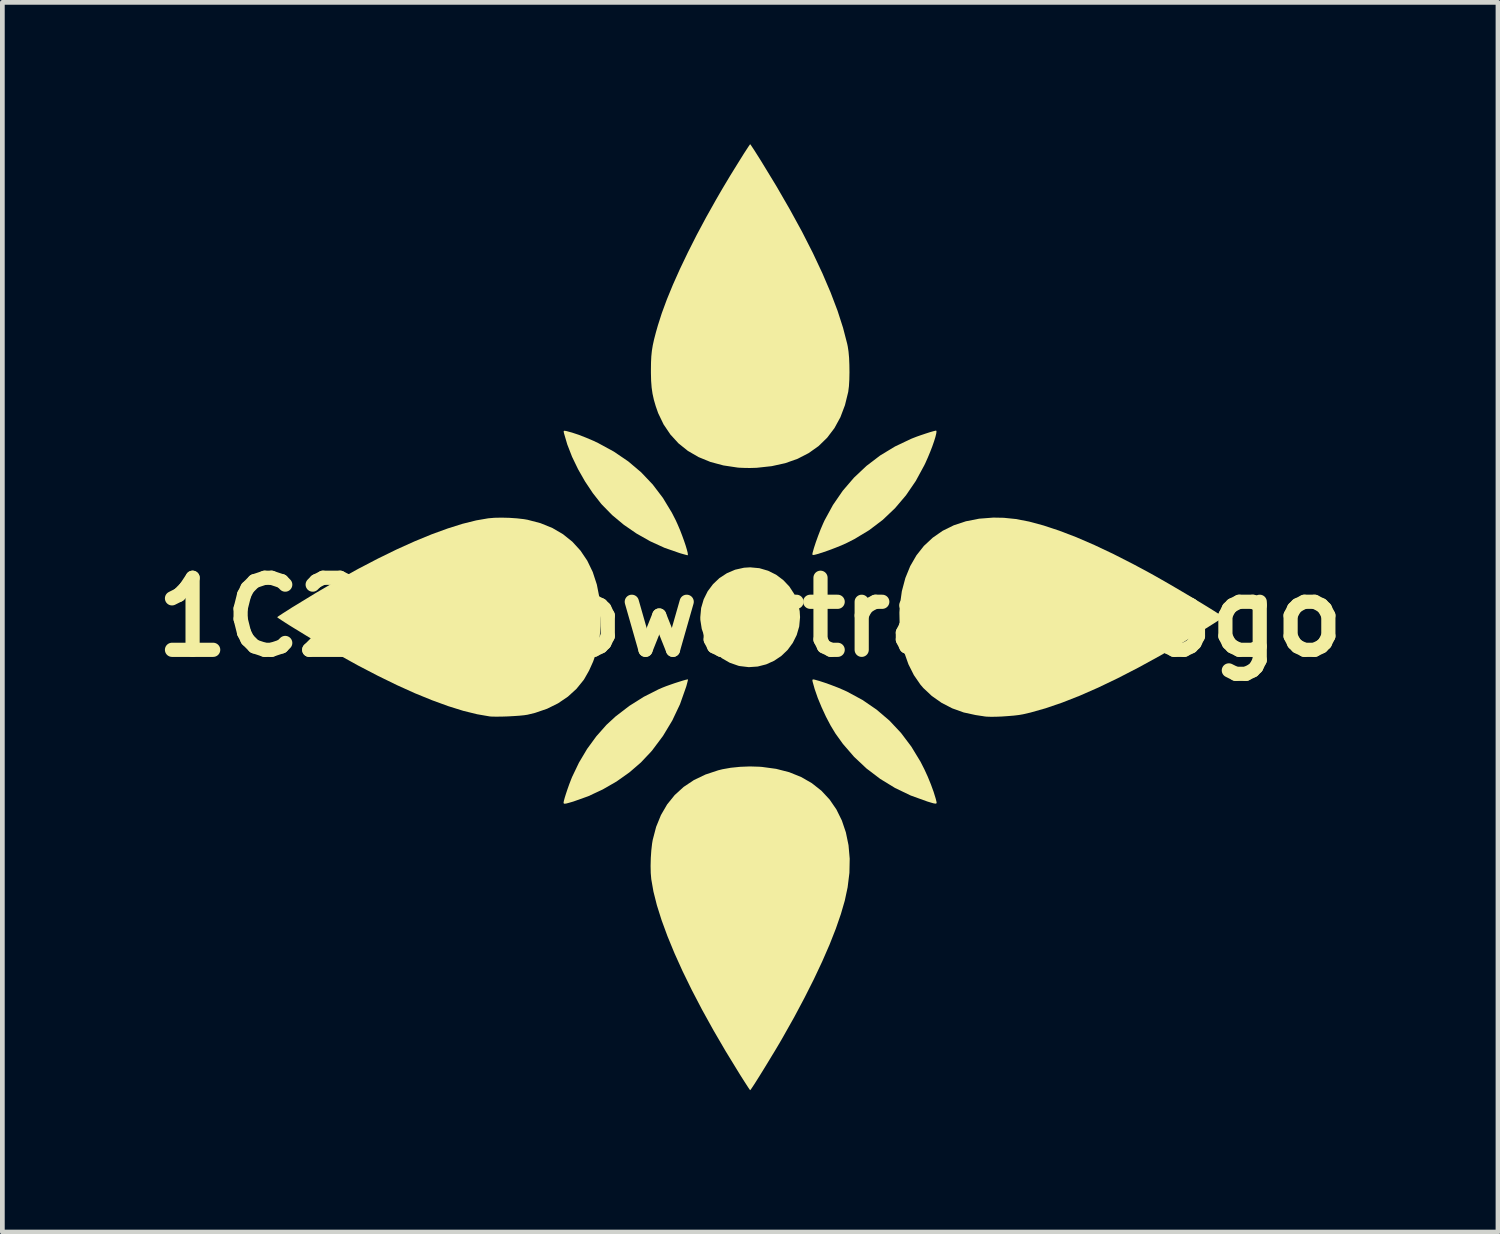
<source format=kicad_pcb>
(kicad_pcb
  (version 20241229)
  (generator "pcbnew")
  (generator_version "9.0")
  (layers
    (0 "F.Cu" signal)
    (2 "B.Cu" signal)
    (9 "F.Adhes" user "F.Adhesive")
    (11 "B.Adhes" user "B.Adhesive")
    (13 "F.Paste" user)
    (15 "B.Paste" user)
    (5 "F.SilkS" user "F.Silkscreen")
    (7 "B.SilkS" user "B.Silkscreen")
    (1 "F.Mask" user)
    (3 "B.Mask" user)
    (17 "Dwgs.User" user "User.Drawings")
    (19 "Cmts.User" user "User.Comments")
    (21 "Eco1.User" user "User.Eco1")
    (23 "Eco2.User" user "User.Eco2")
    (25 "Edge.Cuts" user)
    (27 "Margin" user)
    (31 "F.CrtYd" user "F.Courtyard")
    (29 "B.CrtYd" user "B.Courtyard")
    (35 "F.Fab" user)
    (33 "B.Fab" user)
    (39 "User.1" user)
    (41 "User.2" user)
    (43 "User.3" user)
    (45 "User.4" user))
  (footprint "1C23_powertrain_logo"
    (layer "F.Cu")
    (at 12.816 10.004)
    (property "Reference" "1C23_powertrain_logo" (at 0 0 0) (layer "F.SilkS") (effects (font (size 1.524 1.524) (thickness 0.3))))
    (attr board_only exclude_from_pos_files exclude_from_bom)
    (fp_poly (pts (xy 0.195 -1.037) (xy 0.379 -0.983) (xy 0.548 -0.899) (xy 0.699 -0.786) (xy 0.828 -0.65) (xy 0.931 -0.492) (xy 1.005 -0.318) (xy 1.047 -0.13) (xy 1.055 0) (xy 1.037 0.195) (xy 0.984 0.377) (xy 0.901 0.543) (xy 0.792 0.692) (xy 0.659 0.819) (xy 0.507 0.921) (xy 0.339 0.997) (xy 0.159 1.043) (xy -0.029 1.056) (xy -0.222 1.033) (xy -0.249 1.027) (xy -0.432 0.963) (xy -0.599 0.867) (xy -0.745 0.743) (xy -0.866 0.596) (xy -0.961 0.429) (xy -1.024 0.248) (xy -1.054 0.056) (xy -1.055 0) (xy -1.037 -0.195) (xy -0.983 -0.379) (xy -0.899 -0.548) (xy -0.786 -0.699) (xy -0.65 -0.828) (xy -0.492 -0.931) (xy -0.318 -1.005) (xy -0.13 -1.047) (xy 0 -1.055)) (stroke (width 0) (type solid)) (fill yes) (layer "F.SilkS"))
    (fp_poly (pts (xy 1.362 1.32) (xy 1.462 1.348) (xy 1.585 1.388) (xy 1.721 1.437) (xy 1.859 1.49) (xy 1.987 1.545) (xy 2.048 1.573) (xy 2.375 1.75) (xy 2.673 1.954) (xy 2.945 2.186) (xy 3.19 2.447) (xy 3.408 2.736) (xy 3.602 3.055) (xy 3.683 3.214) (xy 3.755 3.371) (xy 3.822 3.535) (xy 3.88 3.694) (xy 3.924 3.837) (xy 3.938 3.893) (xy 3.944 3.922) (xy 3.938 3.939) (xy 3.917 3.943) (xy 3.873 3.935) (xy 3.801 3.914) (xy 3.748 3.898) (xy 3.396 3.771) (xy 3.063 3.611) (xy 2.751 3.42) (xy 2.461 3.2) (xy 2.197 2.952) (xy 1.961 2.679) (xy 1.803 2.459) (xy 1.702 2.292) (xy 1.603 2.104) (xy 1.511 1.905) (xy 1.429 1.707) (xy 1.364 1.519) (xy 1.32 1.362) (xy 1.315 1.325) (xy 1.33 1.315)) (stroke (width 0) (type solid)) (fill yes) (layer "F.SilkS"))
    (fp_poly (pts (xy -3.896 -3.939) (xy -3.886 -3.937) (xy -3.768 -3.905) (xy -3.626 -3.858) (xy -3.47 -3.797) (xy -3.31 -3.729) (xy -3.214 -3.683) (xy -2.882 -3.502) (xy -2.579 -3.296) (xy -2.306 -3.065) (xy -2.062 -2.808) (xy -1.846 -2.524) (xy -1.657 -2.212) (xy -1.573 -2.048) (xy -1.528 -1.948) (xy -1.482 -1.84) (xy -1.439 -1.728) (xy -1.399 -1.618) (xy -1.365 -1.517) (xy -1.339 -1.43) (xy -1.322 -1.363) (xy -1.317 -1.321) (xy -1.323 -1.31) (xy -1.348 -1.316) (xy -1.4 -1.33) (xy -1.471 -1.35) (xy -1.502 -1.36) (xy -1.812 -1.468) (xy -2.114 -1.606) (xy -2.404 -1.77) (xy -2.674 -1.956) (xy -2.92 -2.161) (xy -3.134 -2.38) (xy -3.152 -2.4) (xy -3.329 -2.626) (xy -3.493 -2.872) (xy -3.64 -3.13) (xy -3.767 -3.393) (xy -3.868 -3.653) (xy -3.939 -3.895) (xy -3.945 -3.932) (xy -3.934 -3.944)) (stroke (width 0) (type solid)) (fill yes) (layer "F.SilkS"))
    (fp_poly (pts (xy -1.316 1.315) (xy -1.318 1.336) (xy -1.33 1.384) (xy -1.348 1.452) (xy -1.356 1.477) (xy -1.484 1.84) (xy -1.647 2.184) (xy -1.844 2.511) (xy -2.076 2.821) (xy -2.099 2.847) (xy -2.312 3.073) (xy -2.556 3.283) (xy -2.827 3.475) (xy -3.119 3.643) (xy -3.425 3.786) (xy -3.736 3.897) (xy -3.828 3.924) (xy -3.888 3.94) (xy -3.925 3.945) (xy -3.942 3.939) (xy -3.947 3.925) (xy -3.947 3.923) (xy -3.94 3.884) (xy -3.922 3.817) (xy -3.895 3.731) (xy -3.862 3.632) (xy -3.826 3.531) (xy -3.789 3.435) (xy -3.767 3.38) (xy -3.621 3.075) (xy -3.449 2.786) (xy -3.254 2.519) (xy -3.041 2.278) (xy -2.847 2.099) (xy -2.558 1.877) (xy -2.252 1.684) (xy -1.936 1.524) (xy -1.85 1.487) (xy -1.776 1.458) (xy -1.689 1.427) (xy -1.597 1.395) (xy -1.506 1.366) (xy -1.426 1.341) (xy -1.362 1.323) (xy -1.324 1.315)) (stroke (width 0) (type solid)) (fill yes) (layer "F.SilkS"))
    (fp_poly (pts (xy 3.941 -3.93) (xy 3.935 -3.883) (xy 3.917 -3.81) (xy 3.889 -3.719) (xy 3.852 -3.613) (xy 3.808 -3.499) (xy 3.759 -3.381) (xy 3.708 -3.266) (xy 3.683 -3.214) (xy 3.502 -2.881) (xy 3.295 -2.578) (xy 3.063 -2.305) (xy 2.804 -2.059) (xy 2.518 -1.842) (xy 2.205 -1.653) (xy 2.048 -1.573) (xy 1.931 -1.52) (xy 1.797 -1.466) (xy 1.659 -1.414) (xy 1.527 -1.368) (xy 1.413 -1.333) (xy 1.362 -1.32) (xy 1.325 -1.315) (xy 1.315 -1.33) (xy 1.32 -1.362) (xy 1.348 -1.462) (xy 1.388 -1.585) (xy 1.437 -1.721) (xy 1.49 -1.859) (xy 1.545 -1.987) (xy 1.573 -2.048) (xy 1.751 -2.374) (xy 1.958 -2.675) (xy 2.195 -2.951) (xy 2.458 -3.199) (xy 2.748 -3.42) (xy 3.063 -3.611) (xy 3.402 -3.772) (xy 3.449 -3.791) (xy 3.527 -3.821) (xy 3.618 -3.853) (xy 3.711 -3.884) (xy 3.798 -3.912) (xy 3.871 -3.933) (xy 3.92 -3.945) (xy 3.933 -3.947)) (stroke (width 0) (type solid)) (fill yes) (layer "F.SilkS"))
    (fp_poly (pts (xy -5.094 -2.102) (xy -4.932 -2.091) (xy -4.784 -2.074) (xy -4.709 -2.061) (xy -4.434 -1.989) (xy -4.183 -1.887) (xy -3.959 -1.756) (xy -3.761 -1.597) (xy -3.59 -1.41) (xy -3.446 -1.197) (xy -3.33 -0.957) (xy -3.243 -0.691) (xy -3.186 -0.401) (xy -3.166 -0.223) (xy -3.158 -0.024) (xy -3.163 0.188) (xy -3.181 0.396) (xy -3.205 0.553) (xy -3.252 0.742) (xy -3.322 0.939) (xy -3.408 1.13) (xy -3.504 1.299) (xy -3.523 1.329) (xy -3.674 1.515) (xy -3.855 1.68) (xy -4.063 1.821) (xy -4.295 1.936) (xy -4.549 2.023) (xy -4.709 2.062) (xy -4.782 2.073) (xy -4.883 2.083) (xy -5.001 2.091) (xy -5.128 2.098) (xy -5.253 2.102) (xy -5.366 2.103) (xy -5.459 2.102) (xy -5.51 2.098) (xy -5.775 2.052) (xy -6.068 1.98) (xy -6.385 1.881) (xy -6.725 1.757) (xy -7.088 1.609) (xy -7.471 1.436) (xy -7.874 1.239) (xy -8.295 1.02) (xy -8.732 0.778) (xy -9.184 0.515) (xy -9.637 0.238) (xy -9.744 0.172) (xy -9.838 0.112) (xy -9.915 0.062) (xy -9.971 0.025) (xy -10 0.003) (xy -10.004 0) (xy -9.988 -0.013) (xy -9.944 -0.043) (xy -9.875 -0.088) (xy -9.788 -0.143) (xy -9.687 -0.208) (xy -9.637 -0.238) (xy -9.175 -0.52) (xy -8.727 -0.781) (xy -8.293 -1.021) (xy -7.875 -1.239) (xy -7.476 -1.434) (xy -7.095 -1.606) (xy -6.735 -1.754) (xy -6.397 -1.877) (xy -6.083 -1.976) (xy -5.794 -2.048) (xy -5.539 -2.092) (xy -5.411 -2.103) (xy -5.259 -2.106)) (stroke (width 0) (type solid)) (fill yes) (layer "F.SilkS"))
    (fp_poly (pts (xy 0.194 3.162) (xy 0.249 3.166) (xy 0.55 3.207) (xy 0.826 3.278) (xy 1.077 3.379) (xy 1.303 3.509) (xy 1.506 3.669) (xy 1.508 3.671) (xy 1.68 3.856) (xy 1.824 4.066) (xy 1.939 4.299) (xy 2.024 4.551) (xy 2.08 4.822) (xy 2.105 5.107) (xy 2.099 5.405) (xy 2.061 5.713) (xy 2.001 5.994) (xy 1.918 6.279) (xy 1.811 6.589) (xy 1.679 6.924) (xy 1.524 7.28) (xy 1.347 7.656) (xy 1.149 8.049) (xy 0.932 8.457) (xy 0.696 8.876) (xy 0.66 8.939) (xy 0.595 9.05) (xy 0.523 9.171) (xy 0.446 9.297) (xy 0.368 9.426) (xy 0.291 9.552) (xy 0.218 9.67) (xy 0.151 9.777) (xy 0.093 9.869) (xy 0.046 9.94) (xy 0.015 9.986) (xy 0.000368 10.003) (xy 0.000163 10.003) (xy -0.013 9.988) (xy -0.043 9.943) (xy -0.087 9.875) (xy -0.143 9.788) (xy -0.207 9.687) (xy -0.238 9.637) (xy -0.519 9.178) (xy -0.779 8.732) (xy -1.018 8.3) (xy -1.235 7.884) (xy -1.43 7.485) (xy -1.602 7.104) (xy -1.75 6.744) (xy -1.874 6.406) (xy -1.973 6.092) (xy -2.046 5.802) (xy -2.092 5.539) (xy -2.103 5.411) (xy -2.106 5.259) (xy -2.102 5.094) (xy -2.091 4.932) (xy -2.074 4.784) (xy -2.061 4.709) (xy -1.989 4.434) (xy -1.887 4.184) (xy -1.756 3.959) (xy -1.596 3.761) (xy -1.407 3.589) (xy -1.19 3.444) (xy -0.945 3.327) (xy -0.674 3.237) (xy -0.585 3.215) (xy -0.41 3.184) (xy -0.212 3.164) (xy -0.006 3.156)) (stroke (width 0) (type solid)) (fill yes) (layer "F.SilkS"))
    (fp_poly (pts (xy 5.363 -2.103) (xy 5.618 -2.077) (xy 5.899 -2.023) (xy 6.206 -1.94) (xy 6.538 -1.83) (xy 6.896 -1.693) (xy 7.278 -1.528) (xy 7.684 -1.336) (xy 8.113 -1.117) (xy 8.415 -0.955) (xy 8.542 -0.885) (xy 8.681 -0.806) (xy 8.83 -0.721) (xy 8.984 -0.631) (xy 9.139 -0.54) (xy 9.292 -0.449) (xy 9.44 -0.36) (xy 9.578 -0.277) (xy 9.703 -0.2) (xy 9.811 -0.133) (xy 9.899 -0.077) (xy 9.962 -0.034) (xy 9.997 -0.008) (xy 10.004 0) (xy 9.988 0.013) (xy 9.943 0.043) (xy 9.875 0.088) (xy 9.788 0.143) (xy 9.687 0.207) (xy 9.637 0.238) (xy 9.146 0.538) (xy 8.671 0.813) (xy 8.215 1.063) (xy 7.779 1.288) (xy 7.362 1.488) (xy 6.968 1.661) (xy 6.596 1.807) (xy 6.248 1.926) (xy 5.926 2.017) (xy 5.77 2.053) (xy 5.684 2.068) (xy 5.574 2.081) (xy 5.451 2.091) (xy 5.322 2.1) (xy 5.199 2.105) (xy 5.089 2.106) (xy 5.003 2.103) (xy 4.963 2.099) (xy 4.92 2.092) (xy 4.852 2.082) (xy 4.774 2.07) (xy 4.767 2.069) (xy 4.515 2.014) (xy 4.273 1.927) (xy 4.047 1.81) (xy 3.842 1.666) (xy 3.663 1.498) (xy 3.601 1.426) (xy 3.462 1.224) (xy 3.347 0.995) (xy 3.258 0.743) (xy 3.196 0.474) (xy 3.162 0.192) (xy 3.156 -0.099) (xy 3.166 -0.251) (xy 3.208 -0.551) (xy 3.282 -0.829) (xy 3.385 -1.081) (xy 3.516 -1.308) (xy 3.675 -1.509) (xy 3.861 -1.682) (xy 4.071 -1.828) (xy 4.306 -1.944) (xy 4.563 -2.029) (xy 4.843 -2.084) (xy 5.143 -2.107)) (stroke (width 0) (type solid)) (fill yes) (layer "F.SilkS"))
    (fp_poly (pts (xy 0.013 -9.988) (xy 0.043 -9.943) (xy 0.088 -9.875) (xy 0.143 -9.788) (xy 0.207 -9.687) (xy 0.238 -9.637) (xy 0.551 -9.123) (xy 0.837 -8.628) (xy 1.096 -8.155) (xy 1.326 -7.703) (xy 1.528 -7.273) (xy 1.702 -6.866) (xy 1.848 -6.482) (xy 1.964 -6.122) (xy 2.051 -5.787) (xy 2.064 -5.725) (xy 2.08 -5.619) (xy 2.092 -5.486) (xy 2.098 -5.335) (xy 2.1 -5.178) (xy 2.097 -5.025) (xy 2.089 -4.888) (xy 2.075 -4.776) (xy 2.074 -4.767) (xy 2.005 -4.486) (xy 1.908 -4.229) (xy 1.782 -3.999) (xy 1.628 -3.796) (xy 1.446 -3.619) (xy 1.237 -3.471) (xy 1.002 -3.35) (xy 0.742 -3.258) (xy 0.456 -3.195) (xy 0.145 -3.161) (xy 0.098 -3.159) (xy -0.01 -3.156) (xy -0.125 -3.158) (xy -0.228 -3.162) (xy -0.264 -3.165) (xy -0.565 -3.21) (xy -0.841 -3.284) (xy -1.092 -3.387) (xy -1.318 -3.518) (xy -1.516 -3.677) (xy -1.687 -3.864) (xy -1.831 -4.077) (xy -1.946 -4.316) (xy -1.998 -4.465) (xy -2.037 -4.599) (xy -2.065 -4.726) (xy -2.084 -4.856) (xy -2.095 -4.999) (xy -2.099 -5.166) (xy -2.099 -5.246) (xy -2.097 -5.391) (xy -2.091 -5.517) (xy -2.079 -5.634) (xy -2.06 -5.751) (xy -2.032 -5.878) (xy -1.994 -6.024) (xy -1.953 -6.168) (xy -1.869 -6.431) (xy -1.762 -6.721) (xy -1.633 -7.035) (xy -1.484 -7.368) (xy -1.316 -7.719) (xy -1.132 -8.083) (xy -0.932 -8.457) (xy -0.718 -8.838) (xy -0.626 -8.997) (xy -0.565 -9.101) (xy -0.496 -9.216) (xy -0.423 -9.338) (xy -0.347 -9.461) (xy -0.272 -9.582) (xy -0.201 -9.696) (xy -0.137 -9.799) (xy -0.081 -9.885) (xy -0.038 -9.951) (xy -0.01 -9.992) (xy 0 -10.004)) (stroke (width 0) (type solid)) (fill yes) (layer "F.SilkS")))
  (gr_rect
    (start -3 -3)
    (end 28.632 23.007)
    (stroke (width 0.1) (type default))
    (fill no)
    (layer "Edge.Cuts")))
</source>
